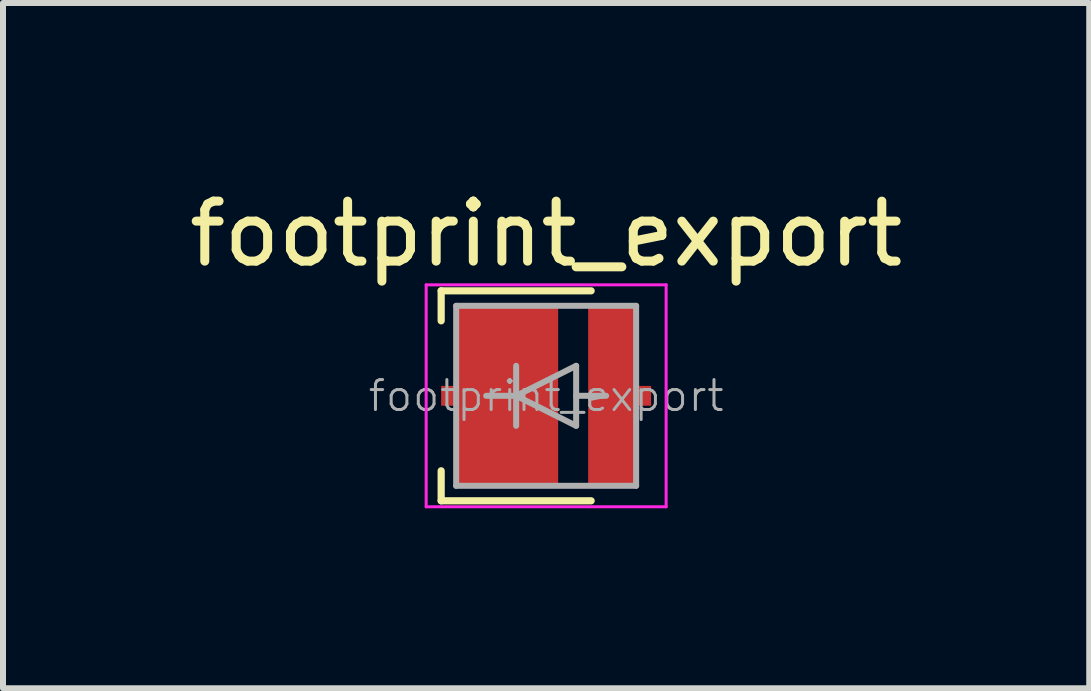
<source format=kicad_pcb>
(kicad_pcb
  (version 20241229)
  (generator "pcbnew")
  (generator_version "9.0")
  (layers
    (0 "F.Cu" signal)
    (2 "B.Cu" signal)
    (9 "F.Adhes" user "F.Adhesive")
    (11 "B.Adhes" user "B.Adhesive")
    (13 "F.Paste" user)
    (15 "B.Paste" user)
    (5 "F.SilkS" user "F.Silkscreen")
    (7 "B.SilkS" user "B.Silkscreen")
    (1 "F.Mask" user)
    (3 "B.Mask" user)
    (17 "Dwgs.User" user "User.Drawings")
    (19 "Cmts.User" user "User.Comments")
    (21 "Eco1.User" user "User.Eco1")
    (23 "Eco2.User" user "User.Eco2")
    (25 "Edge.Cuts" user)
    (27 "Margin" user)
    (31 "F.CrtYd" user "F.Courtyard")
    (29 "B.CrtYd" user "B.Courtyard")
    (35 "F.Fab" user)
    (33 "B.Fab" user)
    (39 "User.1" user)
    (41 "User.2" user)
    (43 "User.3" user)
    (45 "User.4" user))
  (footprint "footprint_export"
    (layer "F.Cu")
    (at 6.054 3.548)
    (property "Reference" "footprint_export" (at 0 -2.7 0) (layer "F.SilkS") (effects (font (size 1 1) (thickness 0.15))))
    (attr smd)
    (fp_line (start -1.75 -1.75) (end -1.75 -1.25) (stroke (width 0.12) (type solid)) (layer "F.SilkS"))
    (fp_line (start -1.75 1.25) (end -1.75 1.75) (stroke (width 0.12) (type solid)) (layer "F.SilkS"))
    (fp_line (start -1.75 1.75) (end 0.75 1.75) (stroke (width 0.12) (type solid)) (layer "F.SilkS"))
    (fp_line (start 0.75 -1.75) (end -1.75 -1.75) (stroke (width 0.12) (type solid)) (layer "F.SilkS"))
    (fp_line (start -2 -1.85) (end -2 1.85) (stroke (width 0.05) (type solid)) (layer "F.CrtYd"))
    (fp_line (start -2 1.85) (end 2 1.85) (stroke (width 0.05) (type solid)) (layer "F.CrtYd"))
    (fp_line (start 2 -1.85) (end -2 -1.85) (stroke (width 0.05) (type solid)) (layer "F.CrtYd"))
    (fp_line (start 2 1.85) (end 2 -1.85) (stroke (width 0.05) (type solid)) (layer "F.CrtYd"))
    (fp_line (start -1.5 -1.5) (end 1.5 -1.5) (stroke (width 0.1) (type solid)) (layer "F.Fab"))
    (fp_line (start -1.5 1.5) (end -1.5 -1.5) (stroke (width 0.1) (type solid)) (layer "F.Fab"))
    (fp_line (start -1 0) (end -0.5 0) (stroke (width 0.1) (type solid)) (layer "F.Fab"))
    (fp_line (start -0.5 -0.5) (end -0.5 0.5) (stroke (width 0.1) (type solid)) (layer "F.Fab"))
    (fp_line (start -0.5 0) (end 0.5 -0.5) (stroke (width 0.1) (type solid)) (layer "F.Fab"))
    (fp_line (start 0.5 -0.5) (end 0.5 0.5) (stroke (width 0.1) (type solid)) (layer "F.Fab"))
    (fp_line (start 0.5 0.5) (end -0.5 0) (stroke (width 0.1) (type solid)) (layer "F.Fab"))
    (fp_line (start 1 0) (end 0.5 0) (stroke (width 0.1) (type solid)) (layer "F.Fab"))
    (fp_line (start 1.5 -1.5) (end 1.5 1.5) (stroke (width 0.1) (type solid)) (layer "F.Fab"))
    (fp_line (start 1.5 1.5) (end -1.5 1.5) (stroke (width 0.1) (type solid)) (layer "F.Fab"))
    (fp_text user "${REFERENCE}" (at 0 0 0) (layer "F.Fab") (effects (font (size 0.5 0.5) (thickness 0.05))))
    (pad "" smd rect (at -0.65 -0.75) (size 1.35 1.2) (layers "F.Paste"))
    (pad "" smd rect (at -0.65 0.75) (size 1.35 1.2) (layers "F.Paste"))
    (pad "" smd rect (at 1.1 -0.75) (size 0.7 1.2) (layers "F.Paste"))
    (pad "" smd rect (at 1.1 0.75) (size 0.7 1.2) (layers "F.Paste"))
    (pad "1" smd rect (at -1.5 0) (size 0.5 0.33) (layers "F.Cu" "F.Mask"))
    (pad "1" smd rect (at -0.65 0) (size 1.7 3) (layers "F.Cu" "F.Mask"))
    (pad "2" smd rect (at 1.1 0) (size 0.8 3) (layers "F.Cu" "F.Mask"))
    (pad "2" smd rect (at 1.5 0) (size 0.5 0.33) (layers "F.Cu" "F.Mask")))
  (gr_rect
    (start -3 -3)
    (end 15.107 8.423)
    (stroke (width 0.1) (type default))
    (fill no)
    (layer "Edge.Cuts")))
</source>
